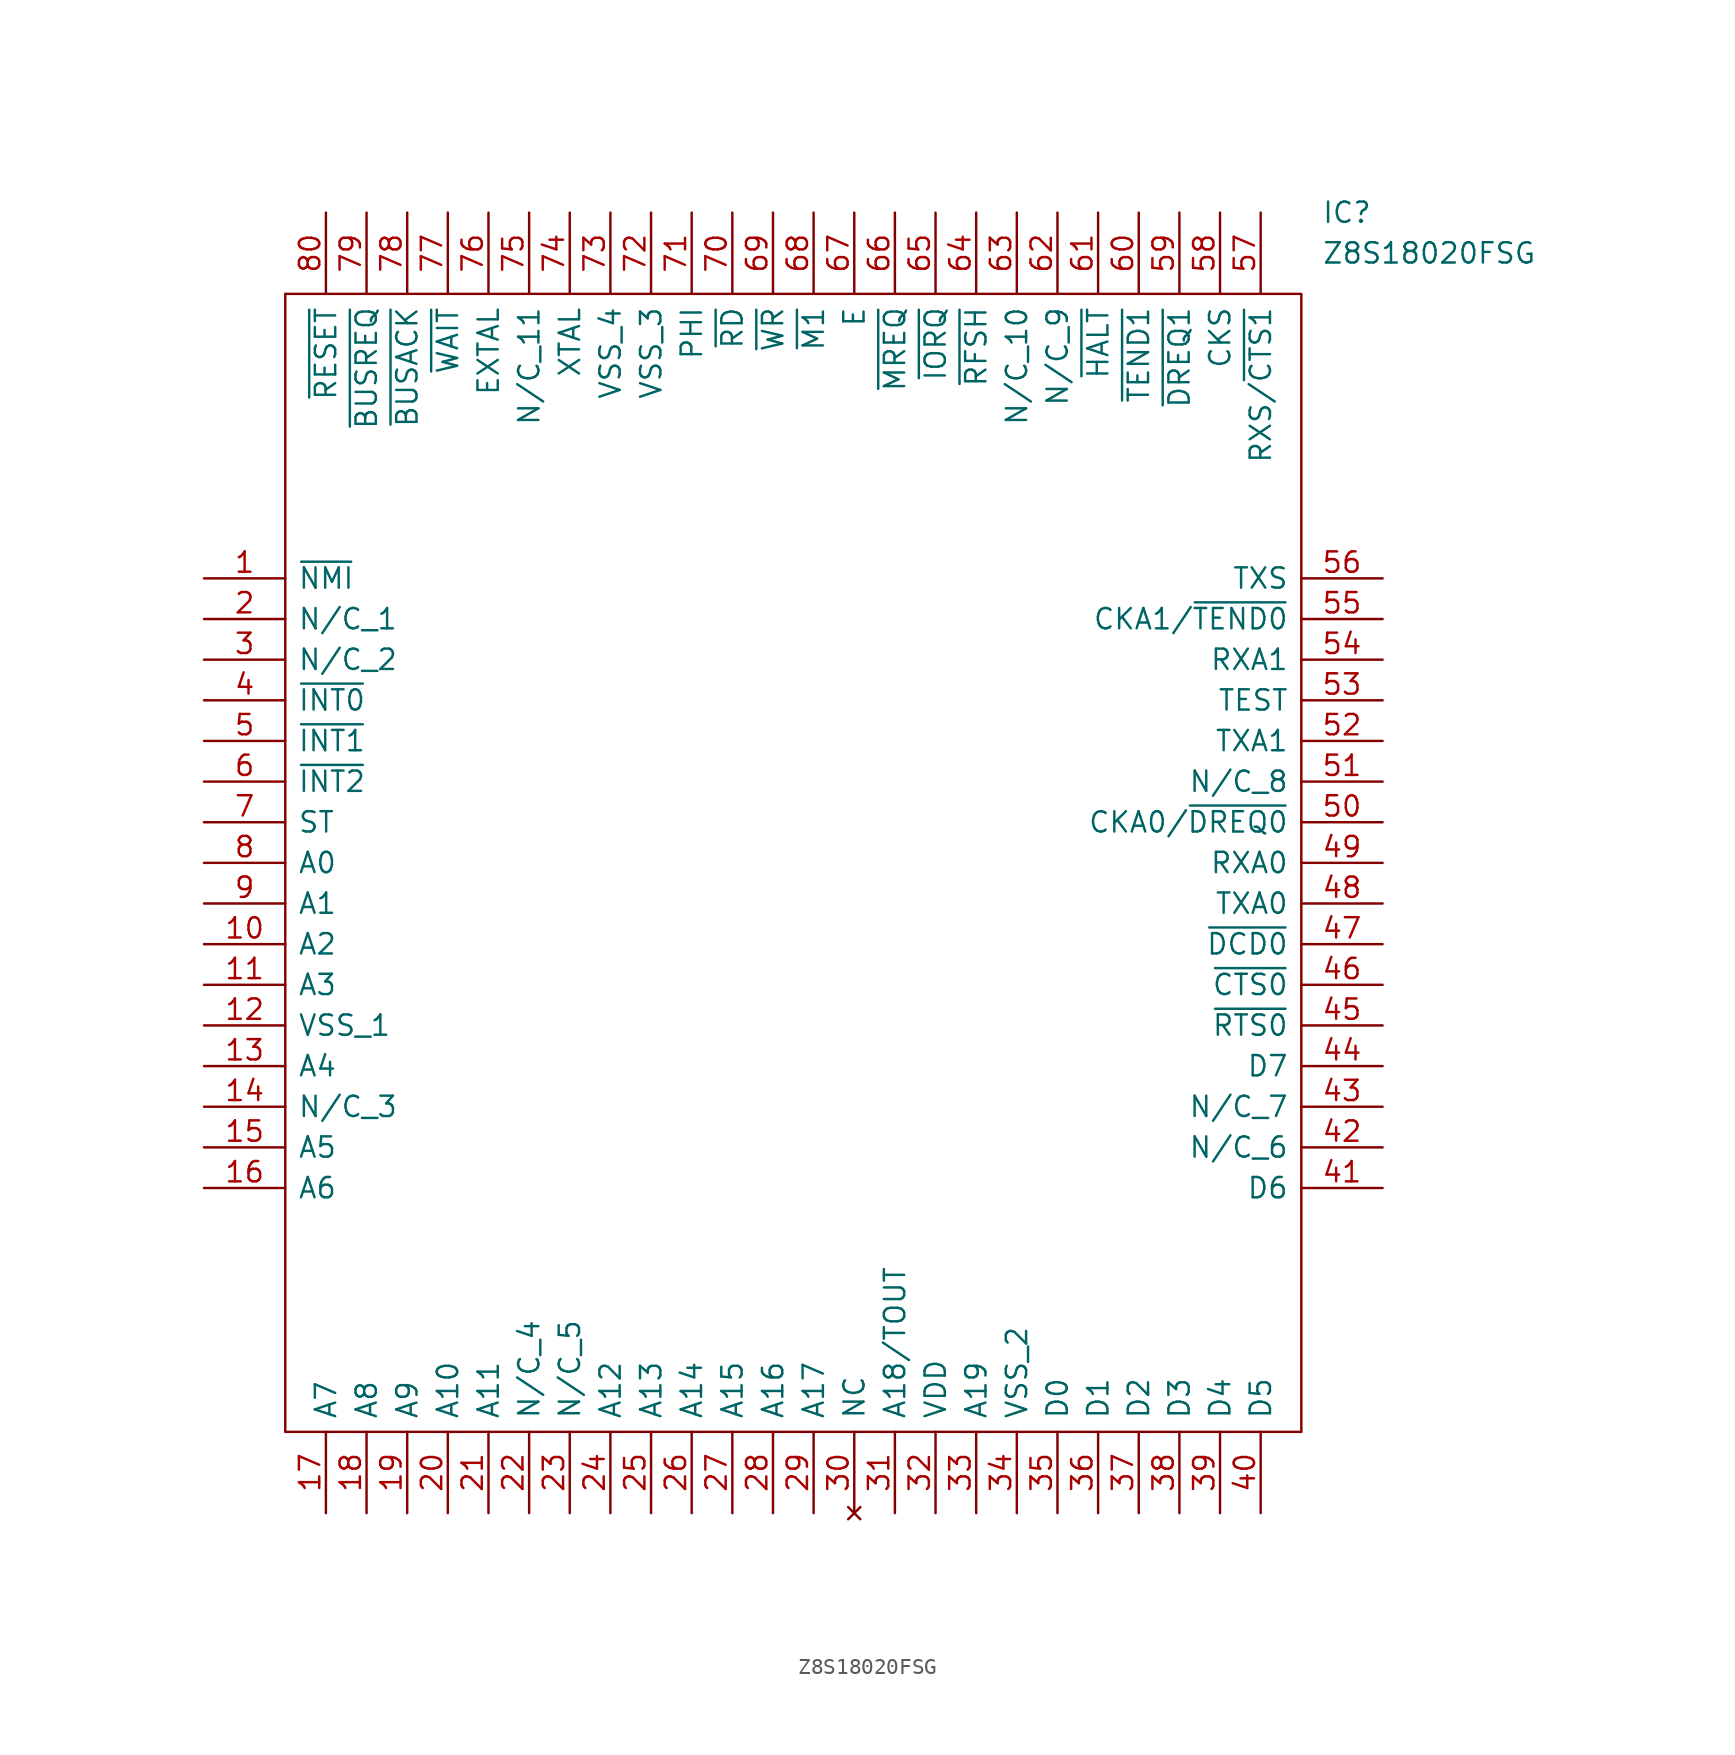
<source format=kicad_sym>
(kicad_symbol_lib
  (version 20211014)
  (generator kicad_symbol_editor)
  (symbol "Z8S18020FSG"
    (pin_names
      (offset 0.762))
    (property "Reference" "IC"
      (at 69.85 22.86 0)
      (effects (font (size 1.27 1.27)) (justify left)))
    (property "Value" "Z8S18020FSG"
      (at 69.85 20.32 0)
      (effects (font (size 1.27 1.27)) (justify left)))
    (symbol "Z8S18020FSG_0_0"
      (pin passive line (at 0 0 0) (length 5.08) (name "~{NMI}" (effects (font (size 1.27 1.27)))) (number "1" (effects (font (size 1.27 1.27)))))
      (pin passive line (at 0 -22.86 0) (length 5.08) (name "A2" (effects (font (size 1.27 1.27)))) (number "10" (effects (font (size 1.27 1.27)))))
      (pin passive line (at 0 -25.4 0) (length 5.08) (name "A3" (effects (font (size 1.27 1.27)))) (number "11" (effects (font (size 1.27 1.27)))))
      (pin passive line (at 0 -27.94 0) (length 5.08) (name "VSS_1" (effects (font (size 1.27 1.27)))) (number "12" (effects (font (size 1.27 1.27)))))
      (pin passive line (at 0 -30.48 0) (length 5.08) (name "A4" (effects (font (size 1.27 1.27)))) (number "13" (effects (font (size 1.27 1.27)))))
      (pin passive line (at 0 -33.02 0) (length 5.08) (name "N/C_3" (effects (font (size 1.27 1.27)))) (number "14" (effects (font (size 1.27 1.27)))))
      (pin passive line (at 0 -35.56 0) (length 5.08) (name "A5" (effects (font (size 1.27 1.27)))) (number "15" (effects (font (size 1.27 1.27)))))
      (pin passive line (at 0 -38.1 0) (length 5.08) (name "A6" (effects (font (size 1.27 1.27)))) (number "16" (effects (font (size 1.27 1.27)))))
      (pin passive line (at 7.62 -58.42 90) (length 5.08) (name "A7" (effects (font (size 1.27 1.27)))) (number "17" (effects (font (size 1.27 1.27)))))
      (pin passive line (at 10.16 -58.42 90) (length 5.08) (name "A8" (effects (font (size 1.27 1.27)))) (number "18" (effects (font (size 1.27 1.27)))))
      (pin passive line (at 12.7 -58.42 90) (length 5.08) (name "A9" (effects (font (size 1.27 1.27)))) (number "19" (effects (font (size 1.27 1.27)))))
      (pin passive line (at 0 -2.54 0) (length 5.08) (name "N/C_1" (effects (font (size 1.27 1.27)))) (number "2" (effects (font (size 1.27 1.27)))))
      (pin passive line (at 15.24 -58.42 90) (length 5.08) (name "A10" (effects (font (size 1.27 1.27)))) (number "20" (effects (font (size 1.27 1.27)))))
      (pin passive line (at 17.78 -58.42 90) (length 5.08) (name "A11" (effects (font (size 1.27 1.27)))) (number "21" (effects (font (size 1.27 1.27)))))
      (pin passive line (at 20.32 -58.42 90) (length 5.08) (name "N/C_4" (effects (font (size 1.27 1.27)))) (number "22" (effects (font (size 1.27 1.27)))))
      (pin passive line (at 22.86 -58.42 90) (length 5.08) (name "N/C_5" (effects (font (size 1.27 1.27)))) (number "23" (effects (font (size 1.27 1.27)))))
      (pin passive line (at 25.4 -58.42 90) (length 5.08) (name "A12" (effects (font (size 1.27 1.27)))) (number "24" (effects (font (size 1.27 1.27)))))
      (pin passive line (at 27.94 -58.42 90) (length 5.08) (name "A13" (effects (font (size 1.27 1.27)))) (number "25" (effects (font (size 1.27 1.27)))))
      (pin passive line (at 30.48 -58.42 90) (length 5.08) (name "A14" (effects (font (size 1.27 1.27)))) (number "26" (effects (font (size 1.27 1.27)))))
      (pin passive line (at 33.02 -58.42 90) (length 5.08) (name "A15" (effects (font (size 1.27 1.27)))) (number "27" (effects (font (size 1.27 1.27)))))
      (pin passive line (at 35.56 -58.42 90) (length 5.08) (name "A16" (effects (font (size 1.27 1.27)))) (number "28" (effects (font (size 1.27 1.27)))))
      (pin passive line (at 38.1 -58.42 90) (length 5.08) (name "A17" (effects (font (size 1.27 1.27)))) (number "29" (effects (font (size 1.27 1.27)))))
      (pin passive line (at 0 -5.08 0) (length 5.08) (name "N/C_2" (effects (font (size 1.27 1.27)))) (number "3" (effects (font (size 1.27 1.27)))))
      (pin no_connect line (at 40.64 -58.42 90) (length 5.08) (name "NC" (effects (font (size 1.27 1.27)))) (number "30" (effects (font (size 1.27 1.27)))))
      (pin passive line (at 43.18 -58.42 90) (length 5.08) (name "A18/TOUT" (effects (font (size 1.27 1.27)))) (number "31" (effects (font (size 1.27 1.27)))))
      (pin passive line (at 45.72 -58.42 90) (length 5.08) (name "VDD" (effects (font (size 1.27 1.27)))) (number "32" (effects (font (size 1.27 1.27)))))
      (pin passive line (at 48.26 -58.42 90) (length 5.08) (name "A19" (effects (font (size 1.27 1.27)))) (number "33" (effects (font (size 1.27 1.27)))))
      (pin passive line (at 50.8 -58.42 90) (length 5.08) (name "VSS_2" (effects (font (size 1.27 1.27)))) (number "34" (effects (font (size 1.27 1.27)))))
      (pin passive line (at 53.34 -58.42 90) (length 5.08) (name "D0" (effects (font (size 1.27 1.27)))) (number "35" (effects (font (size 1.27 1.27)))))
      (pin passive line (at 55.88 -58.42 90) (length 5.08) (name "D1" (effects (font (size 1.27 1.27)))) (number "36" (effects (font (size 1.27 1.27)))))
      (pin passive line (at 58.42 -58.42 90) (length 5.08) (name "D2" (effects (font (size 1.27 1.27)))) (number "37" (effects (font (size 1.27 1.27)))))
      (pin passive line (at 60.96 -58.42 90) (length 5.08) (name "D3" (effects (font (size 1.27 1.27)))) (number "38" (effects (font (size 1.27 1.27)))))
      (pin passive line (at 63.5 -58.42 90) (length 5.08) (name "D4" (effects (font (size 1.27 1.27)))) (number "39" (effects (font (size 1.27 1.27)))))
      (pin passive line (at 0 -7.62 0) (length 5.08) (name "~{INT0}" (effects (font (size 1.27 1.27)))) (number "4" (effects (font (size 1.27 1.27)))))
      (pin passive line (at 66.04 -58.42 90) (length 5.08) (name "D5" (effects (font (size 1.27 1.27)))) (number "40" (effects (font (size 1.27 1.27)))))
      (pin passive line (at 73.66 -38.1 180) (length 5.08) (name "D6" (effects (font (size 1.27 1.27)))) (number "41" (effects (font (size 1.27 1.27)))))
      (pin passive line (at 73.66 -35.56 180) (length 5.08) (name "N/C_6" (effects (font (size 1.27 1.27)))) (number "42" (effects (font (size 1.27 1.27)))))
      (pin passive line (at 73.66 -33.02 180) (length 5.08) (name "N/C_7" (effects (font (size 1.27 1.27)))) (number "43" (effects (font (size 1.27 1.27)))))
      (pin passive line (at 73.66 -30.48 180) (length 5.08) (name "D7" (effects (font (size 1.27 1.27)))) (number "44" (effects (font (size 1.27 1.27)))))
      (pin passive line (at 73.66 -27.94 180) (length 5.08) (name "~{RTS0}" (effects (font (size 1.27 1.27)))) (number "45" (effects (font (size 1.27 1.27)))))
      (pin passive line (at 73.66 -25.4 180) (length 5.08) (name "~{CTS0}" (effects (font (size 1.27 1.27)))) (number "46" (effects (font (size 1.27 1.27)))))
      (pin passive line (at 73.66 -22.86 180) (length 5.08) (name "~{DCD0}" (effects (font (size 1.27 1.27)))) (number "47" (effects (font (size 1.27 1.27)))))
      (pin passive line (at 73.66 -20.32 180) (length 5.08) (name "TXA0" (effects (font (size 1.27 1.27)))) (number "48" (effects (font (size 1.27 1.27)))))
      (pin passive line (at 73.66 -17.78 180) (length 5.08) (name "RXA0" (effects (font (size 1.27 1.27)))) (number "49" (effects (font (size 1.27 1.27)))))
      (pin passive line (at 0 -10.16 0) (length 5.08) (name "~{INT1}" (effects (font (size 1.27 1.27)))) (number "5" (effects (font (size 1.27 1.27)))))
      (pin passive line (at 73.66 -15.24 180) (length 5.08) (name "CKA0/~{DREQ0}" (effects (font (size 1.27 1.27)))) (number "50" (effects (font (size 1.27 1.27)))))
      (pin passive line (at 73.66 -12.7 180) (length 5.08) (name "N/C_8" (effects (font (size 1.27 1.27)))) (number "51" (effects (font (size 1.27 1.27)))))
      (pin passive line (at 73.66 -10.16 180) (length 5.08) (name "TXA1" (effects (font (size 1.27 1.27)))) (number "52" (effects (font (size 1.27 1.27)))))
      (pin passive line (at 73.66 -7.62 180) (length 5.08) (name "TEST" (effects (font (size 1.27 1.27)))) (number "53" (effects (font (size 1.27 1.27)))))
      (pin passive line (at 73.66 -5.08 180) (length 5.08) (name "RXA1" (effects (font (size 1.27 1.27)))) (number "54" (effects (font (size 1.27 1.27)))))
      (pin passive line (at 73.66 -2.54 180) (length 5.08) (name "CKA1/~{TEND0}" (effects (font (size 1.27 1.27)))) (number "55" (effects (font (size 1.27 1.27)))))
      (pin passive line (at 73.66 0 180) (length 5.08) (name "TXS" (effects (font (size 1.27 1.27)))) (number "56" (effects (font (size 1.27 1.27)))))
      (pin passive line (at 66.04 22.86 270) (length 5.08) (name "RXS/~{CTS1}" (effects (font (size 1.27 1.27)))) (number "57" (effects (font (size 1.27 1.27)))))
      (pin passive line (at 63.5 22.86 270) (length 5.08) (name "CKS" (effects (font (size 1.27 1.27)))) (number "58" (effects (font (size 1.27 1.27)))))
      (pin passive line (at 60.96 22.86 270) (length 5.08) (name "~{DREQ1}" (effects (font (size 1.27 1.27)))) (number "59" (effects (font (size 1.27 1.27)))))
      (pin passive line (at 0 -12.7 0) (length 5.08) (name "~{INT2}" (effects (font (size 1.27 1.27)))) (number "6" (effects (font (size 1.27 1.27)))))
      (pin passive line (at 58.42 22.86 270) (length 5.08) (name "~{TEND1}" (effects (font (size 1.27 1.27)))) (number "60" (effects (font (size 1.27 1.27)))))
      (pin passive line (at 55.88 22.86 270) (length 5.08) (name "~{HALT}" (effects (font (size 1.27 1.27)))) (number "61" (effects (font (size 1.27 1.27)))))
      (pin passive line (at 53.34 22.86 270) (length 5.08) (name "N/C_9" (effects (font (size 1.27 1.27)))) (number "62" (effects (font (size 1.27 1.27)))))
      (pin passive line (at 50.8 22.86 270) (length 5.08) (name "N/C_10" (effects (font (size 1.27 1.27)))) (number "63" (effects (font (size 1.27 1.27)))))
      (pin passive line (at 48.26 22.86 270) (length 5.08) (name "~{RFSH}" (effects (font (size 1.27 1.27)))) (number "64" (effects (font (size 1.27 1.27)))))
      (pin passive line (at 45.72 22.86 270) (length 5.08) (name "~{IORQ}" (effects (font (size 1.27 1.27)))) (number "65" (effects (font (size 1.27 1.27)))))
      (pin passive line (at 43.18 22.86 270) (length 5.08) (name "~{MREQ}" (effects (font (size 1.27 1.27)))) (number "66" (effects (font (size 1.27 1.27)))))
      (pin passive line (at 40.64 22.86 270) (length 5.08) (name "E" (effects (font (size 1.27 1.27)))) (number "67" (effects (font (size 1.27 1.27)))))
      (pin passive line (at 38.1 22.86 270) (length 5.08) (name "~{M1}" (effects (font (size 1.27 1.27)))) (number "68" (effects (font (size 1.27 1.27)))))
      (pin passive line (at 35.56 22.86 270) (length 5.08) (name "~{WR}" (effects (font (size 1.27 1.27)))) (number "69" (effects (font (size 1.27 1.27)))))
      (pin passive line (at 0 -15.24 0) (length 5.08) (name "ST" (effects (font (size 1.27 1.27)))) (number "7" (effects (font (size 1.27 1.27)))))
      (pin passive line (at 33.02 22.86 270) (length 5.08) (name "~{RD}" (effects (font (size 1.27 1.27)))) (number "70" (effects (font (size 1.27 1.27)))))
      (pin passive line (at 30.48 22.86 270) (length 5.08) (name "PHI" (effects (font (size 1.27 1.27)))) (number "71" (effects (font (size 1.27 1.27)))))
      (pin passive line (at 27.94 22.86 270) (length 5.08) (name "VSS_3" (effects (font (size 1.27 1.27)))) (number "72" (effects (font (size 1.27 1.27)))))
      (pin passive line (at 25.4 22.86 270) (length 5.08) (name "VSS_4" (effects (font (size 1.27 1.27)))) (number "73" (effects (font (size 1.27 1.27)))))
      (pin passive line (at 22.86 22.86 270) (length 5.08) (name "XTAL" (effects (font (size 1.27 1.27)))) (number "74" (effects (font (size 1.27 1.27)))))
      (pin passive line (at 20.32 22.86 270) (length 5.08) (name "N/C_11" (effects (font (size 1.27 1.27)))) (number "75" (effects (font (size 1.27 1.27)))))
      (pin passive line (at 17.78 22.86 270) (length 5.08) (name "EXTAL" (effects (font (size 1.27 1.27)))) (number "76" (effects (font (size 1.27 1.27)))))
      (pin passive line (at 15.24 22.86 270) (length 5.08) (name "~{WAIT}" (effects (font (size 1.27 1.27)))) (number "77" (effects (font (size 1.27 1.27)))))
      (pin passive line (at 12.7 22.86 270) (length 5.08) (name "~{BUSACK}" (effects (font (size 1.27 1.27)))) (number "78" (effects (font (size 1.27 1.27)))))
      (pin passive line (at 10.16 22.86 270) (length 5.08) (name "~{BUSREQ}" (effects (font (size 1.27 1.27)))) (number "79" (effects (font (size 1.27 1.27)))))
      (pin passive line (at 0 -17.78 0) (length 5.08) (name "A0" (effects (font (size 1.27 1.27)))) (number "8" (effects (font (size 1.27 1.27)))))
      (pin passive line (at 7.62 22.86 270) (length 5.08) (name "~{RESET}" (effects (font (size 1.27 1.27)))) (number "80" (effects (font (size 1.27 1.27)))))
      (pin passive line (at 0 -20.32 0) (length 5.08) (name "A1" (effects (font (size 1.27 1.27)))) (number "9" (effects (font (size 1.27 1.27))))))
    (symbol "Z8S18020FSG_0_1"
      (polyline (pts (xy 5.08 17.78) (xy 68.58 17.78) (xy 68.58 -53.34) (xy 5.08 -53.34) (xy 5.08 17.78)) (stroke (width 0.152) (type default) (color 0 0 0 0)) (fill (type none))))))
</source>
